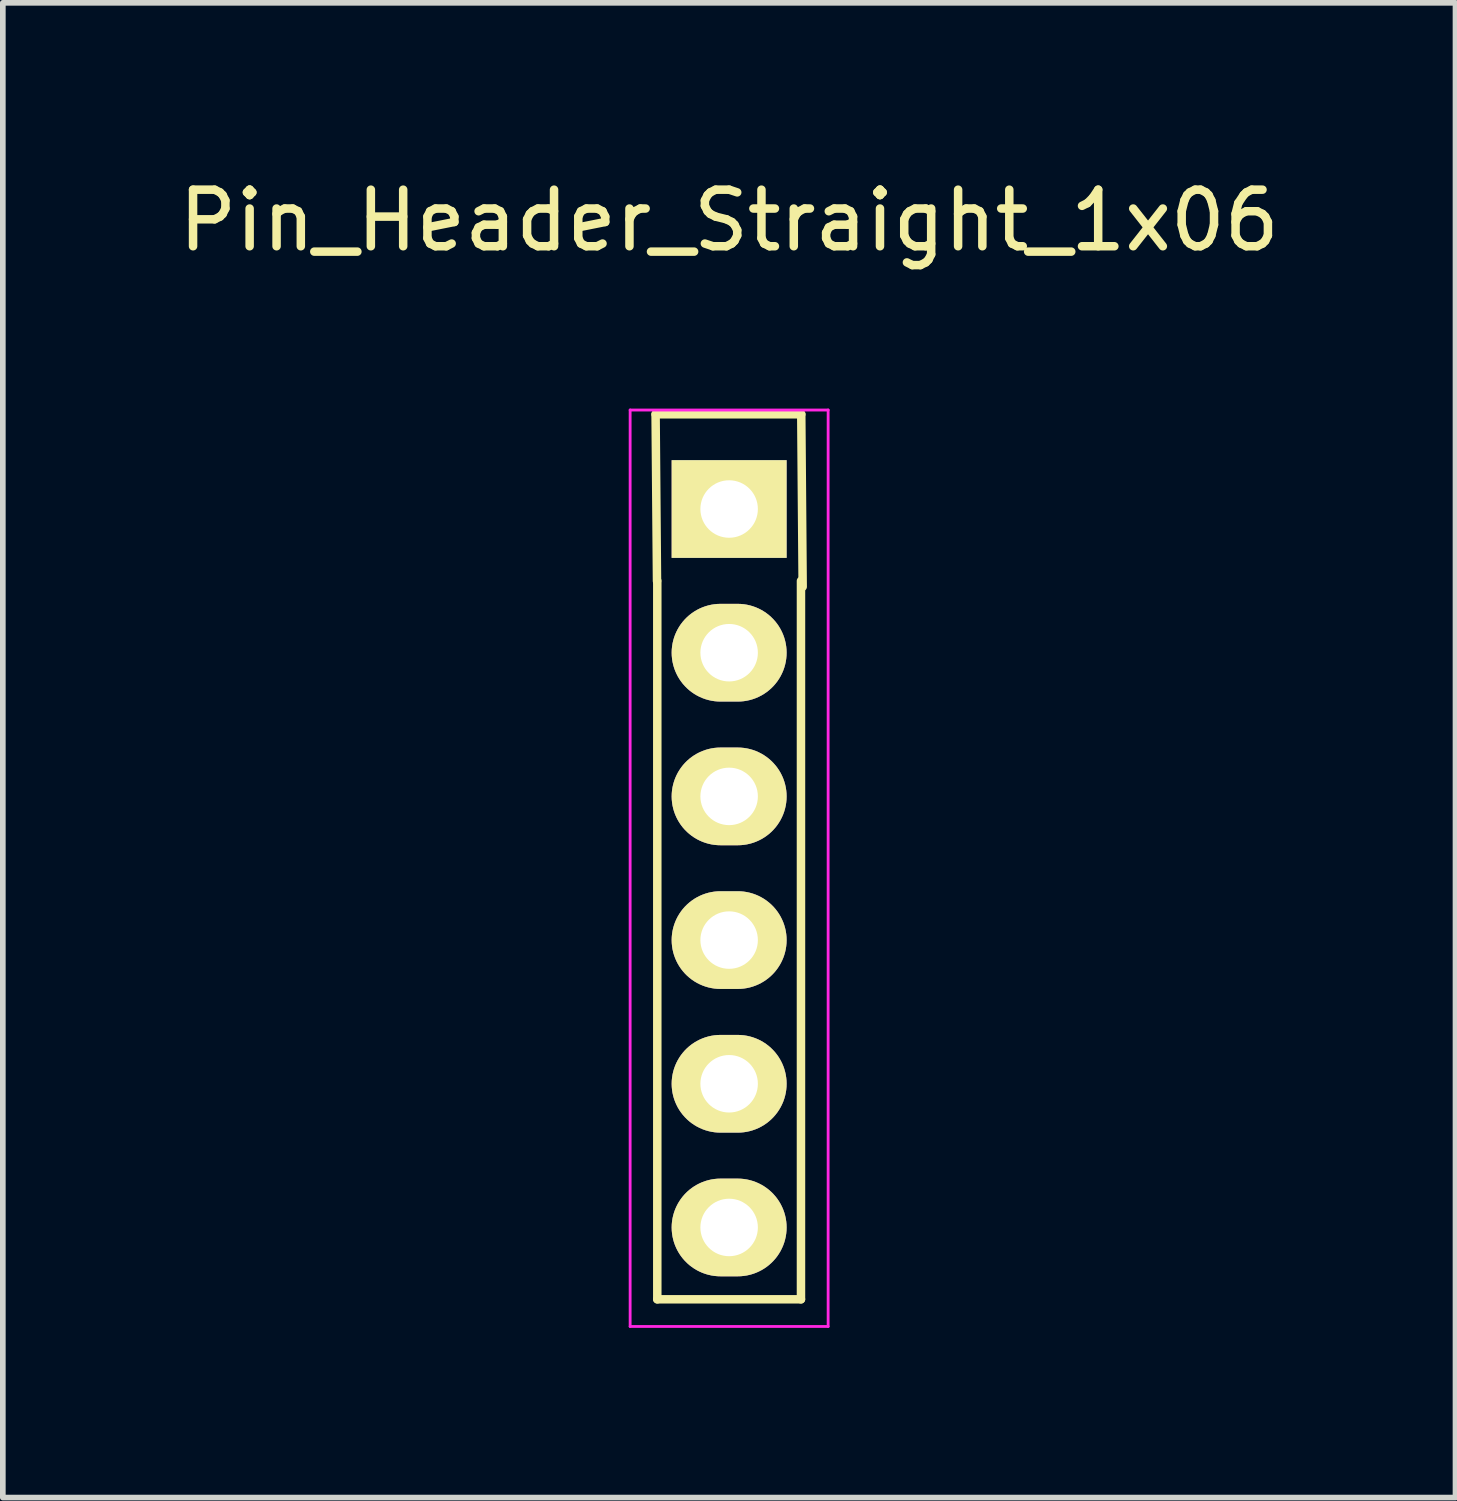
<source format=kicad_pcb>
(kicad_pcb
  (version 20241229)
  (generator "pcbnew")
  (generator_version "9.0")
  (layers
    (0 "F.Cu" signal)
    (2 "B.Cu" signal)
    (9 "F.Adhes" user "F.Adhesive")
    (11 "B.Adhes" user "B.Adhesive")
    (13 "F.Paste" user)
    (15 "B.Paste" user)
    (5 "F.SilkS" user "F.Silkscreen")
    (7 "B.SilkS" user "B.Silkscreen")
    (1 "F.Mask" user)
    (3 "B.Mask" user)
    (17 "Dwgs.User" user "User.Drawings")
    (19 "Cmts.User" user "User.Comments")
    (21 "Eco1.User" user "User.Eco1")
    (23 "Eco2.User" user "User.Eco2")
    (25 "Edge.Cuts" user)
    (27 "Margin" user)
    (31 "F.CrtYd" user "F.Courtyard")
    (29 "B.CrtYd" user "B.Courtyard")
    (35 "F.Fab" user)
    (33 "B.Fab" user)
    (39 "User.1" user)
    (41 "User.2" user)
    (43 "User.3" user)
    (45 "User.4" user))
  (footprint "Pin_Header_Straight_1x06"
    (layer "F.Cu")
    (at 9.839 5.948)
    (property "Reference" "Pin_Header_Straight_1x06" (at 0 -5.1 0) (layer "F.SilkS") (effects (font (size 1 1) (thickness 0.15))))
    (attr through_hole)
    (fp_line (start -1.3 -1.675) (end 1.275 -1.675) (stroke (width 0.15) (type solid)) (layer "F.SilkS"))
    (fp_line (start -1.275 1.275) (end -1.3 -1.675) (stroke (width 0.15) (type solid)) (layer "F.SilkS"))
    (fp_line (start -1.27 13.97) (end -1.27 1.27) (stroke (width 0.15) (type solid)) (layer "F.SilkS"))
    (fp_line (start 1.27 1.27) (end 1.27 13.97) (stroke (width 0.15) (type solid)) (layer "F.SilkS"))
    (fp_line (start 1.27 13.97) (end -1.27 13.97) (stroke (width 0.15) (type solid)) (layer "F.SilkS"))
    (fp_line (start 1.275 -1.675) (end 1.3 1.375) (stroke (width 0.15) (type solid)) (layer "F.SilkS"))
    (fp_line (start -1.75 -1.75) (end -1.75 14.45) (stroke (width 0.05) (type solid)) (layer "F.CrtYd"))
    (fp_line (start -1.75 -1.75) (end 1.75 -1.75) (stroke (width 0.05) (type solid)) (layer "F.CrtYd"))
    (fp_line (start -1.75 14.45) (end 1.75 14.45) (stroke (width 0.05) (type solid)) (layer "F.CrtYd"))
    (fp_line (start 1.75 -1.75) (end 1.75 14.45) (stroke (width 0.05) (type solid)) (layer "F.CrtYd"))
    (pad "1" thru_hole rect (at 0 0) (size 2.032 1.727) (drill 1.016) (layers "*.Cu" "*.Mask" "F.SilkS"))
    (pad "2" thru_hole oval (at 0 2.54) (size 2.032 1.727) (drill 1.016) (layers "*.Cu" "*.Mask" "F.SilkS"))
    (pad "3" thru_hole oval (at 0 5.08) (size 2.032 1.727) (drill 1.016) (layers "*.Cu" "*.Mask" "F.SilkS"))
    (pad "4" thru_hole oval (at 0 7.62) (size 2.032 1.727) (drill 1.016) (layers "*.Cu" "*.Mask" "F.SilkS"))
    (pad "5" thru_hole oval (at 0 10.16) (size 2.032 1.727) (drill 1.016) (layers "*.Cu" "*.Mask" "F.SilkS"))
    (pad "6" thru_hole oval (at 0 12.7) (size 2.032 1.727) (drill 1.016) (layers "*.Cu" "*.Mask" "F.SilkS")))
  (gr_rect
    (start -3 -3)
    (end 22.679 23.423)
    (stroke (width 0.1) (type default))
    (fill no)
    (layer "Edge.Cuts")))
</source>
